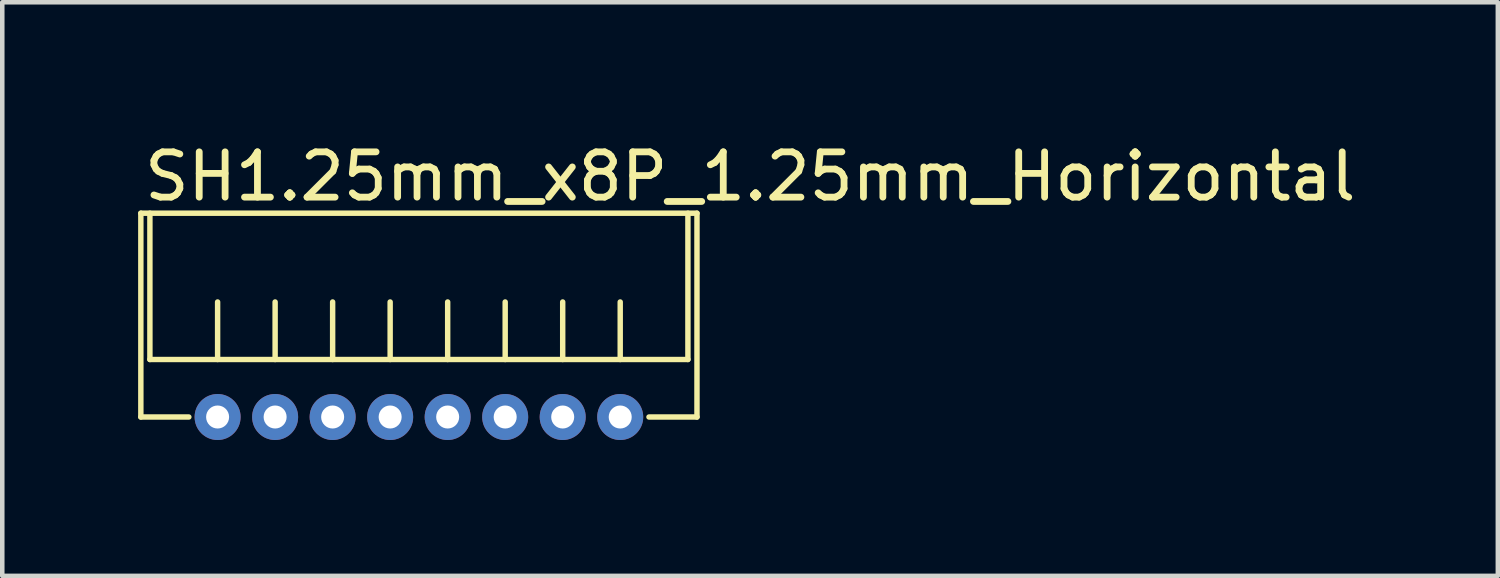
<source format=kicad_pcb>
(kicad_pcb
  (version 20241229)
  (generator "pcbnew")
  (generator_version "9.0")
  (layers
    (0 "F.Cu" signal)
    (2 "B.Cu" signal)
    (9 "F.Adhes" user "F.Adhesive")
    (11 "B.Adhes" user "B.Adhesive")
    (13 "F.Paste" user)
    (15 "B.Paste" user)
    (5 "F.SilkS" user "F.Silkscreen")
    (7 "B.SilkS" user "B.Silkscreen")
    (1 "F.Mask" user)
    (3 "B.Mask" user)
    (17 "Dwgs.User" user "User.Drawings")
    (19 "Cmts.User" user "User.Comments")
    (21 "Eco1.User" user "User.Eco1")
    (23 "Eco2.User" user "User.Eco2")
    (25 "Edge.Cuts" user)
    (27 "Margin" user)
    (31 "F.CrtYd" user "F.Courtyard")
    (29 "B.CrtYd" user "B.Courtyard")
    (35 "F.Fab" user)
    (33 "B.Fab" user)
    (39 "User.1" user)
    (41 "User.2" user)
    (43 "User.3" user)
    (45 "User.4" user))
  (footprint "SH1.25mm_x8P_1.25mm_Horizontal"
    (layer "F.Cu")
    (at 6.2 6.158)
    (property "Reference" "SH1.25mm_x8P_1.25mm_Horizontal" (at -6.14 -5.31 0) (layer "F.SilkS") (effects (font (size 1 1) (thickness 0.15)) (justify left)))
    (attr through_hole)
    (fp_line (start -6.14 -4.5) (end -6.14 0) (stroke (width 0.12) (type solid)) (layer "F.SilkS"))
    (fp_line (start -6.14 -4.5) (end 6.14 -4.5) (stroke (width 0.12) (type solid)) (layer "F.SilkS"))
    (fp_line (start -6.14 0) (end -5.08 0) (stroke (width 0.12) (type solid)) (layer "F.SilkS"))
    (fp_line (start -5.94 -1.27) (end -5.94 -4.5) (stroke (width 0.12) (type solid)) (layer "F.SilkS"))
    (fp_line (start -4.445 -2.54) (end -4.445 -1.27) (stroke (width 0.12) (type solid)) (layer "F.SilkS"))
    (fp_line (start -3.175 -2.54) (end -3.175 -1.27) (stroke (width 0.12) (type solid)) (layer "F.SilkS"))
    (fp_line (start -1.905 -2.54) (end -1.905 -1.27) (stroke (width 0.12) (type solid)) (layer "F.SilkS"))
    (fp_line (start -0.635 -2.54) (end -0.635 -1.27) (stroke (width 0.12) (type solid)) (layer "F.SilkS"))
    (fp_line (start 0.635 -2.54) (end 0.635 -1.27) (stroke (width 0.12) (type solid)) (layer "F.SilkS"))
    (fp_line (start 1.905 -2.54) (end 1.905 -1.27) (stroke (width 0.12) (type solid)) (layer "F.SilkS"))
    (fp_line (start 3.175 -2.54) (end 3.175 -1.27) (stroke (width 0.12) (type solid)) (layer "F.SilkS"))
    (fp_line (start 4.445 -2.54) (end 4.445 -1.27) (stroke (width 0.12) (type solid)) (layer "F.SilkS"))
    (fp_line (start 5.08 0) (end 6.14 0) (stroke (width 0.12) (type solid)) (layer "F.SilkS"))
    (fp_line (start 5.94 -1.27) (end -5.94 -1.27) (stroke (width 0.12) (type solid)) (layer "F.SilkS"))
    (fp_line (start 5.94 -1.27) (end 5.94 -4.5) (stroke (width 0.12) (type solid)) (layer "F.SilkS"))
    (fp_line (start 6.14 -4.5) (end 6.14 0) (stroke (width 0.12) (type solid)) (layer "F.SilkS"))
    (pad "1" thru_hole circle (at -4.445 0) (size 1.016 1.016) (drill 0.508) (layers "*.Cu" "*.Mask"))
    (pad "2" thru_hole circle (at -3.175 0) (size 1.016 1.016) (drill 0.508) (layers "*.Cu" "*.Mask"))
    (pad "3" thru_hole circle (at -1.905 0) (size 1.016 1.016) (drill 0.508) (layers "*.Cu" "*.Mask"))
    (pad "4" thru_hole circle (at -0.635 0) (size 1.016 1.016) (drill 0.508) (layers "*.Cu" "*.Mask"))
    (pad "5" thru_hole circle (at 0.635 0) (size 1.016 1.016) (drill 0.508) (layers "*.Cu" "*.Mask"))
    (pad "6" thru_hole circle (at 1.905 0) (size 1.016 1.016) (drill 0.508) (layers "*.Cu" "*.Mask"))
    (pad "7" thru_hole circle (at 3.175 0) (size 1.016 1.016) (drill 0.508) (layers "*.Cu" "*.Mask"))
    (pad "8" thru_hole circle (at 4.445 0) (size 1.016 1.016) (drill 0.508) (layers "*.Cu" "*.Mask")))
  (gr_rect
    (start -3 -3)
    (end 30.024 9.666)
    (stroke (width 0.1) (type default))
    (fill no)
    (layer "Edge.Cuts")))
</source>
